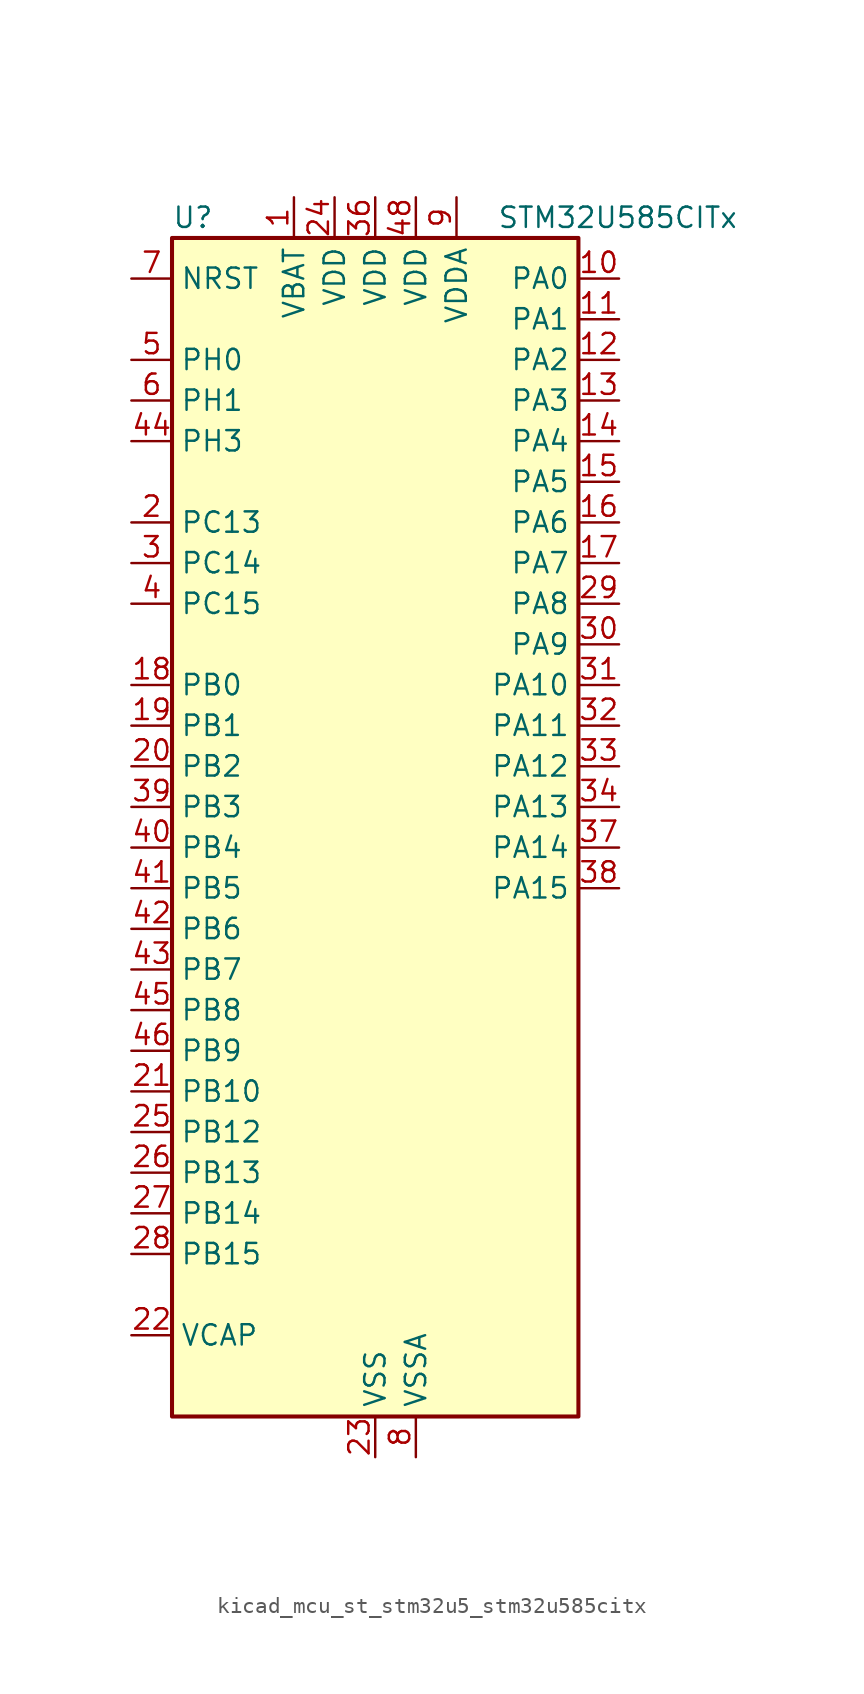
<source format=kicad_sym>
(kicad_symbol_lib
  (version 20220914)
  (generator kicad_symbol_editor)
  (symbol "kicad_mcu_st_stm32u5_stm32u585citx"
    (property "Reference" "U"
      (at -12.7 39.37 0)
      (effects (font (size 1.27 1.27)) (justify left)))
    (property "Value" "STM32U585CITx"
      (at 7.62 39.37 0)
      (effects (font (size 1.27 1.27)) (justify left)))
    (property "ki_locked" ""
      (at 0 0 0)
      (effects (font (size 1.27 1.27))))
    (symbol "kicad_mcu_st_stm32u5_stm32u585citx_0_1"
      (rectangle (start -12.7 -35.56) (end 12.7 38.1) (stroke (width 0.254) (type default)) (fill (type background))))
    (symbol "kicad_mcu_st_stm32u5_stm32u585citx_1_1"
      (pin power_in line (at -5.08 40.64 270) (length 2.54) (name "VBAT" (effects (font (size 1.27 1.27)))) (number "1" (effects (font (size 1.27 1.27)))))
      (pin bidirectional line (at 15.24 35.56 180) (length 2.54) (name "PA0" (effects (font (size 1.27 1.27)))) (number "10" (effects (font (size 1.27 1.27)))) (alternate "ADC1_IN5" bidirectional line) (alternate "AUDIOCLK" bidirectional line) (alternate "OCTOSPIM_P2_NCS" bidirectional line) (alternate "OPAMP1_VINP" bidirectional line) (alternate "PWR_WKUP1" bidirectional line) (alternate "SPI3_RDY" bidirectional line) (alternate "TAMP_IN2" bidirectional line) (alternate "TAMP_OUT1" bidirectional line) (alternate "TIM2_CH1" bidirectional line) (alternate "TIM2_ETR" bidirectional line) (alternate "TIM5_CH1" bidirectional line) (alternate "TIM8_ETR" bidirectional line) (alternate "UART4_TX" bidirectional line) (alternate "USART2_CTS" bidirectional line))
      (pin bidirectional line (at 15.24 33.02 180) (length 2.54) (name "PA1" (effects (font (size 1.27 1.27)))) (number "11" (effects (font (size 1.27 1.27)))) (alternate "ADC1_IN6" bidirectional line) (alternate "I2C1_SMBA" bidirectional line) (alternate "LPTIM1_CH2" bidirectional line) (alternate "OCTOSPIM_P1_DQS" bidirectional line) (alternate "OPAMP1_VINM" bidirectional line) (alternate "PWR_WKUP3" bidirectional line) (alternate "SPI1_SCK" bidirectional line) (alternate "TAMP_IN5" bidirectional line) (alternate "TAMP_OUT4" bidirectional line) (alternate "TIM15_CH1N" bidirectional line) (alternate "TIM2_CH2" bidirectional line) (alternate "TIM5_CH2" bidirectional line) (alternate "UART4_RX" bidirectional line) (alternate "USART2_DE" bidirectional line) (alternate "USART2_RTS" bidirectional line))
      (pin bidirectional line (at 15.24 30.48 180) (length 2.54) (name "PA2" (effects (font (size 1.27 1.27)))) (number "12" (effects (font (size 1.27 1.27)))) (alternate "ADC1_IN7" bidirectional line) (alternate "COMP1_INP" bidirectional line) (alternate "LPUART1_TX" bidirectional line) (alternate "OCTOSPIM_P1_NCS" bidirectional line) (alternate "PWR_WKUP4" bidirectional line) (alternate "RCC_LSCO" bidirectional line) (alternate "SPI1_RDY" bidirectional line) (alternate "TIM15_CH1" bidirectional line) (alternate "TIM2_CH3" bidirectional line) (alternate "TIM5_CH3" bidirectional line) (alternate "UCPD1_FRSTX1" bidirectional line) (alternate "USART2_TX" bidirectional line))
      (pin bidirectional line (at 15.24 27.94 180) (length 2.54) (name "PA3" (effects (font (size 1.27 1.27)))) (number "13" (effects (font (size 1.27 1.27)))) (alternate "ADC1_IN8" bidirectional line) (alternate "LPUART1_RX" bidirectional line) (alternate "OCTOSPIM_P1_CLK" bidirectional line) (alternate "OPAMP1_VOUT" bidirectional line) (alternate "PWR_WKUP5" bidirectional line) (alternate "SAI1_CK1" bidirectional line) (alternate "SAI1_MCLK_A" bidirectional line) (alternate "TIM15_CH2" bidirectional line) (alternate "TIM2_CH4" bidirectional line) (alternate "TIM5_CH4" bidirectional line) (alternate "USART2_RX" bidirectional line))
      (pin bidirectional line (at 15.24 25.4 180) (length 2.54) (name "PA4" (effects (font (size 1.27 1.27)))) (number "14" (effects (font (size 1.27 1.27)))) (alternate "ADC1_IN9" bidirectional line) (alternate "ADC4_IN9" bidirectional line) (alternate "DAC1_OUT1" bidirectional line) (alternate "LPTIM2_CH1" bidirectional line) (alternate "OCTOSPIM_P1_NCS" bidirectional line) (alternate "PWR_WKUP2" bidirectional line) (alternate "SAI1_FS_B" bidirectional line) (alternate "SPI1_NSS" bidirectional line) (alternate "SPI3_NSS" bidirectional line) (alternate "USART2_CK" bidirectional line))
      (pin bidirectional line (at 15.24 22.86 180) (length 2.54) (name "PA5" (effects (font (size 1.27 1.27)))) (number "15" (effects (font (size 1.27 1.27)))) (alternate "ADC1_IN10" bidirectional line) (alternate "ADC4_IN10" bidirectional line) (alternate "DAC1_OUT2" bidirectional line) (alternate "LPTIM2_ETR" bidirectional line) (alternate "PWR_CSLEEP" bidirectional line) (alternate "PWR_WKUP6" bidirectional line) (alternate "SPI1_SCK" bidirectional line) (alternate "TIM2_CH1" bidirectional line) (alternate "TIM2_ETR" bidirectional line) (alternate "TIM8_CH1N" bidirectional line) (alternate "USART3_RX" bidirectional line))
      (pin bidirectional line (at 15.24 20.32 180) (length 2.54) (name "PA6" (effects (font (size 1.27 1.27)))) (number "16" (effects (font (size 1.27 1.27)))) (alternate "ADC1_IN11" bidirectional line) (alternate "ADC4_IN11" bidirectional line) (alternate "LPUART1_CTS" bidirectional line) (alternate "OCTOSPIM_P1_IO3" bidirectional line) (alternate "OPAMP2_VINP" bidirectional line) (alternate "PWR_CDSTOP" bidirectional line) (alternate "PWR_WKUP7" bidirectional line) (alternate "SPI1_MISO" bidirectional line) (alternate "TIM16_CH1" bidirectional line) (alternate "TIM1_BKIN" bidirectional line) (alternate "TIM3_CH1" bidirectional line) (alternate "TIM8_BKIN" bidirectional line) (alternate "USART3_CTS" bidirectional line))
      (pin bidirectional line (at 15.24 17.78 180) (length 2.54) (name "PA7" (effects (font (size 1.27 1.27)))) (number "17" (effects (font (size 1.27 1.27)))) (alternate "ADC1_IN12" bidirectional line) (alternate "ADC4_IN20" bidirectional line) (alternate "I2C3_SCL" bidirectional line) (alternate "LPTIM2_CH2" bidirectional line) (alternate "OCTOSPIM_P1_IO2" bidirectional line) (alternate "OPAMP2_VINM" bidirectional line) (alternate "PWR_SRDSTOP" bidirectional line) (alternate "PWR_WKUP8" bidirectional line) (alternate "SPI1_MOSI" bidirectional line) (alternate "TIM17_CH1" bidirectional line) (alternate "TIM1_CH1N" bidirectional line) (alternate "TIM3_CH2" bidirectional line) (alternate "TIM8_CH1N" bidirectional line) (alternate "USART3_TX" bidirectional line))
      (pin bidirectional line (at -15.24 10.16 0) (length 2.54) (name "PB0" (effects (font (size 1.27 1.27)))) (number "18" (effects (font (size 1.27 1.27)))) (alternate "ADC1_IN15" bidirectional line) (alternate "ADC4_IN18" bidirectional line) (alternate "AUDIOCLK" bidirectional line) (alternate "COMP1_OUT" bidirectional line) (alternate "LPTIM3_CH1" bidirectional line) (alternate "OCTOSPIM_P1_IO1" bidirectional line) (alternate "OPAMP2_VOUT" bidirectional line) (alternate "SPI1_NSS" bidirectional line) (alternate "TIM1_CH2N" bidirectional line) (alternate "TIM3_CH3" bidirectional line) (alternate "TIM8_CH2N" bidirectional line) (alternate "USART3_CK" bidirectional line))
      (pin bidirectional line (at -15.24 7.62 0) (length 2.54) (name "PB1" (effects (font (size 1.27 1.27)))) (number "19" (effects (font (size 1.27 1.27)))) (alternate "ADC1_IN16" bidirectional line) (alternate "ADC4_IN19" bidirectional line) (alternate "COMP1_INM" bidirectional line) (alternate "LPTIM2_IN1" bidirectional line) (alternate "LPTIM3_CH2" bidirectional line) (alternate "LPUART1_DE" bidirectional line) (alternate "LPUART1_RTS" bidirectional line) (alternate "MDF1_SDI0" bidirectional line) (alternate "OCTOSPIM_P1_IO0" bidirectional line) (alternate "PWR_WKUP4" bidirectional line) (alternate "TIM1_CH3N" bidirectional line) (alternate "TIM3_CH4" bidirectional line) (alternate "TIM8_CH3N" bidirectional line) (alternate "USART3_DE" bidirectional line) (alternate "USART3_RTS" bidirectional line))
      (pin bidirectional line (at -15.24 20.32 0) (length 2.54) (name "PC13" (effects (font (size 1.27 1.27)))) (number "2" (effects (font (size 1.27 1.27)))) (alternate "PWR_WKUP2" bidirectional line) (alternate "RTC_OUT1" bidirectional line) (alternate "RTC_TS" bidirectional line) (alternate "TAMP_IN1" bidirectional line) (alternate "TAMP_OUT2" bidirectional line))
      (pin bidirectional line (at -15.24 5.08 0) (length 2.54) (name "PB2" (effects (font (size 1.27 1.27)))) (number "20" (effects (font (size 1.27 1.27)))) (alternate "ADC1_IN17" bidirectional line) (alternate "COMP1_INP" bidirectional line) (alternate "I2C3_SMBA" bidirectional line) (alternate "LPTIM1_CH1" bidirectional line) (alternate "MDF1_CKI0" bidirectional line) (alternate "OCTOSPIM_P1_DQS" bidirectional line) (alternate "PWR_WKUP1" bidirectional line) (alternate "RTC_OUT2" bidirectional line) (alternate "SPI1_RDY" bidirectional line) (alternate "TIM8_CH4N" bidirectional line) (alternate "UCPD1_FRSTX1" bidirectional line))
      (pin bidirectional line (at -15.24 -15.24 0) (length 2.54) (name "PB10" (effects (font (size 1.27 1.27)))) (number "21" (effects (font (size 1.27 1.27)))) (alternate "COMP1_OUT" bidirectional line) (alternate "I2C2_SCL" bidirectional line) (alternate "I2C4_SCL" bidirectional line) (alternate "LPTIM3_CH1" bidirectional line) (alternate "LPUART1_RX" bidirectional line) (alternate "OCTOSPIM_P1_CLK" bidirectional line) (alternate "PWR_WKUP8" bidirectional line) (alternate "SAI1_SCK_A" bidirectional line) (alternate "SPI2_SCK" bidirectional line) (alternate "TIM2_CH3" bidirectional line) (alternate "TSC_SYNC" bidirectional line) (alternate "USART3_TX" bidirectional line))
      (pin power_out line (at -15.24 -30.48 0) (length 2.54) (name "VCAP" (effects (font (size 1.27 1.27)))) (number "22" (effects (font (size 1.27 1.27)))))
      (pin power_in line (at 0 -38.1 90) (length 2.54) (name "VSS" (effects (font (size 1.27 1.27)))) (number "23" (effects (font (size 1.27 1.27)))))
      (pin power_in line (at -2.54 40.64 270) (length 2.54) (name "VDD" (effects (font (size 1.27 1.27)))) (number "24" (effects (font (size 1.27 1.27)))))
      (pin bidirectional line (at -15.24 -17.78 0) (length 2.54) (name "PB12" (effects (font (size 1.27 1.27)))) (number "25" (effects (font (size 1.27 1.27)))) (alternate "I2C2_SMBA" bidirectional line) (alternate "LPUART1_DE" bidirectional line) (alternate "LPUART1_RTS" bidirectional line) (alternate "MDF1_SDI1" bidirectional line) (alternate "OCTOSPIM_P1_NCLK" bidirectional line) (alternate "SPI2_NSS" bidirectional line) (alternate "TIM15_BKIN" bidirectional line) (alternate "TIM1_BKIN" bidirectional line) (alternate "TSC_G1_IO1" bidirectional line) (alternate "USART3_CK" bidirectional line))
      (pin bidirectional line (at -15.24 -20.32 0) (length 2.54) (name "PB13" (effects (font (size 1.27 1.27)))) (number "26" (effects (font (size 1.27 1.27)))) (alternate "I2C2_SCL" bidirectional line) (alternate "LPTIM3_IN1" bidirectional line) (alternate "LPUART1_CTS" bidirectional line) (alternate "MDF1_CKI1" bidirectional line) (alternate "SPI2_SCK" bidirectional line) (alternate "TIM15_CH1N" bidirectional line) (alternate "TIM1_CH1N" bidirectional line) (alternate "TSC_G1_IO2" bidirectional line) (alternate "USART3_CTS" bidirectional line))
      (pin bidirectional line (at -15.24 -22.86 0) (length 2.54) (name "PB14" (effects (font (size 1.27 1.27)))) (number "27" (effects (font (size 1.27 1.27)))) (alternate "I2C2_SDA" bidirectional line) (alternate "LPTIM3_ETR" bidirectional line) (alternate "MDF1_SDI2" bidirectional line) (alternate "SPI2_MISO" bidirectional line) (alternate "TIM15_CH1" bidirectional line) (alternate "TIM1_CH2N" bidirectional line) (alternate "TIM8_CH2N" bidirectional line) (alternate "TSC_G1_IO3" bidirectional line) (alternate "UCPD1_DBCC2" bidirectional line) (alternate "USART3_DE" bidirectional line) (alternate "USART3_RTS" bidirectional line))
      (pin bidirectional line (at -15.24 -25.4 0) (length 2.54) (name "PB15" (effects (font (size 1.27 1.27)))) (number "28" (effects (font (size 1.27 1.27)))) (alternate "ADC1_EXTI15" bidirectional line) (alternate "ADC4_EXTI15" bidirectional line) (alternate "LPTIM2_IN2" bidirectional line) (alternate "MDF1_CKI2" bidirectional line) (alternate "PWR_WKUP7" bidirectional line) (alternate "RTC_REFIN" bidirectional line) (alternate "SPI2_MOSI" bidirectional line) (alternate "TIM15_CH2" bidirectional line) (alternate "TIM1_CH3N" bidirectional line) (alternate "TIM8_CH3N" bidirectional line) (alternate "UCPD1_CC2" bidirectional line))
      (pin bidirectional line (at 15.24 15.24 180) (length 2.54) (name "PA8" (effects (font (size 1.27 1.27)))) (number "29" (effects (font (size 1.27 1.27)))) (alternate "DEBUG_TRACECLK" bidirectional line) (alternate "LPTIM2_CH1" bidirectional line) (alternate "RCC_MCO" bidirectional line) (alternate "SAI1_CK2" bidirectional line) (alternate "SAI1_SCK_A" bidirectional line) (alternate "SPI1_RDY" bidirectional line) (alternate "TIM1_CH1" bidirectional line) (alternate "USART1_CK" bidirectional line) (alternate "USB_OTG_FS_SOF" bidirectional line))
      (pin bidirectional line (at -15.24 17.78 0) (length 2.54) (name "PC14" (effects (font (size 1.27 1.27)))) (number "3" (effects (font (size 1.27 1.27)))) (alternate "RCC_OSC32_IN" bidirectional line))
      (pin bidirectional line (at 15.24 12.7 180) (length 2.54) (name "PA9" (effects (font (size 1.27 1.27)))) (number "30" (effects (font (size 1.27 1.27)))) (alternate "DAC1_EXTI9" bidirectional line) (alternate "SAI1_FS_A" bidirectional line) (alternate "SPI2_SCK" bidirectional line) (alternate "TIM15_BKIN" bidirectional line) (alternate "TIM1_CH2" bidirectional line) (alternate "USART1_TX" bidirectional line) (alternate "USB_OTG_FS_VBUS" bidirectional line))
      (pin bidirectional line (at 15.24 10.16 180) (length 2.54) (name "PA10" (effects (font (size 1.27 1.27)))) (number "31" (effects (font (size 1.27 1.27)))) (alternate "CRS_SYNC" bidirectional line) (alternate "LPTIM2_IN2" bidirectional line) (alternate "SAI1_D1" bidirectional line) (alternate "SAI1_SD_A" bidirectional line) (alternate "TIM17_BKIN" bidirectional line) (alternate "TIM1_CH3" bidirectional line) (alternate "USART1_RX" bidirectional line) (alternate "USB_OTG_FS_ID" bidirectional line))
      (pin bidirectional line (at 15.24 7.62 180) (length 2.54) (name "PA11" (effects (font (size 1.27 1.27)))) (number "32" (effects (font (size 1.27 1.27)))) (alternate "ADC1_EXTI11" bidirectional line) (alternate "FDCAN1_RX" bidirectional line) (alternate "SPI1_MISO" bidirectional line) (alternate "TIM1_BKIN2" bidirectional line) (alternate "TIM1_CH4" bidirectional line) (alternate "USART1_CTS" bidirectional line) (alternate "USB_OTG_FS_DM" bidirectional line))
      (pin bidirectional line (at 15.24 5.08 180) (length 2.54) (name "PA12" (effects (font (size 1.27 1.27)))) (number "33" (effects (font (size 1.27 1.27)))) (alternate "FDCAN1_TX" bidirectional line) (alternate "OCTOSPIM_P2_NCS" bidirectional line) (alternate "SPI1_MOSI" bidirectional line) (alternate "TIM1_ETR" bidirectional line) (alternate "USART1_DE" bidirectional line) (alternate "USART1_RTS" bidirectional line) (alternate "USB_OTG_FS_DP" bidirectional line))
      (pin bidirectional line (at 15.24 2.54 180) (length 2.54) (name "PA13" (effects (font (size 1.27 1.27)))) (number "34" (effects (font (size 1.27 1.27)))) (alternate "DEBUG_JTMS-SWDIO" bidirectional line) (alternate "IR_OUT" bidirectional line) (alternate "SAI1_SD_B" bidirectional line) (alternate "USB_OTG_FS_NOE" bidirectional line))
      (pin passive line (at 0 -38.1 90) (length 2.54) hide (name "VSS" (effects (font (size 1.27 1.27)))) (number "35" (effects (font (size 1.27 1.27)))))
      (pin power_in line (at 0 40.64 270) (length 2.54) (name "VDD" (effects (font (size 1.27 1.27)))) (number "36" (effects (font (size 1.27 1.27)))))
      (pin bidirectional line (at 15.24 0 180) (length 2.54) (name "PA14" (effects (font (size 1.27 1.27)))) (number "37" (effects (font (size 1.27 1.27)))) (alternate "DEBUG_JTCK-SWCLK" bidirectional line) (alternate "I2C1_SMBA" bidirectional line) (alternate "I2C4_SMBA" bidirectional line) (alternate "LPTIM1_CH1" bidirectional line) (alternate "SAI1_FS_B" bidirectional line) (alternate "USB_OTG_FS_SOF" bidirectional line))
      (pin bidirectional line (at 15.24 -2.54 180) (length 2.54) (name "PA15" (effects (font (size 1.27 1.27)))) (number "38" (effects (font (size 1.27 1.27)))) (alternate "ADC1_EXTI15" bidirectional line) (alternate "ADC4_EXTI15" bidirectional line) (alternate "DEBUG_JTDI" bidirectional line) (alternate "SPI1_NSS" bidirectional line) (alternate "SPI3_NSS" bidirectional line) (alternate "TIM2_CH1" bidirectional line) (alternate "TIM2_ETR" bidirectional line) (alternate "UART4_DE" bidirectional line) (alternate "UART4_RTS" bidirectional line) (alternate "UCPD1_CC1" bidirectional line) (alternate "USART2_RX" bidirectional line) (alternate "USART3_DE" bidirectional line) (alternate "USART3_RTS" bidirectional line))
      (pin bidirectional line (at -15.24 2.54 0) (length 2.54) (name "PB3" (effects (font (size 1.27 1.27)))) (number "39" (effects (font (size 1.27 1.27)))) (alternate "ADF1_CCK0" bidirectional line) (alternate "COMP2_INM" bidirectional line) (alternate "CRS_SYNC" bidirectional line) (alternate "DEBUG_JTDO-SWO" bidirectional line) (alternate "I2C1_SDA" bidirectional line) (alternate "LPTIM1_CH1" bidirectional line) (alternate "SAI1_SCK_B" bidirectional line) (alternate "SPI1_SCK" bidirectional line) (alternate "SPI3_SCK" bidirectional line) (alternate "TIM2_CH2" bidirectional line) (alternate "USART1_DE" bidirectional line) (alternate "USART1_RTS" bidirectional line))
      (pin bidirectional line (at -15.24 15.24 0) (length 2.54) (name "PC15" (effects (font (size 1.27 1.27)))) (number "4" (effects (font (size 1.27 1.27)))) (alternate "ADC1_EXTI15" bidirectional line) (alternate "ADC4_EXTI15" bidirectional line) (alternate "RCC_OSC32_OUT" bidirectional line))
      (pin bidirectional line (at -15.24 0 0) (length 2.54) (name "PB4" (effects (font (size 1.27 1.27)))) (number "40" (effects (font (size 1.27 1.27)))) (alternate "ADF1_SDI0" bidirectional line) (alternate "COMP2_INP" bidirectional line) (alternate "DEBUG_JTRST" bidirectional line) (alternate "I2C3_SDA" bidirectional line) (alternate "LPTIM1_CH2" bidirectional line) (alternate "SAI1_MCLK_B" bidirectional line) (alternate "SPI1_MISO" bidirectional line) (alternate "SPI3_MISO" bidirectional line) (alternate "TIM17_BKIN" bidirectional line) (alternate "TIM3_CH1" bidirectional line) (alternate "TSC_G2_IO1" bidirectional line) (alternate "USART1_CTS" bidirectional line))
      (pin bidirectional line (at -15.24 -2.54 0) (length 2.54) (name "PB5" (effects (font (size 1.27 1.27)))) (number "41" (effects (font (size 1.27 1.27)))) (alternate "COMP2_OUT" bidirectional line) (alternate "I2C1_SMBA" bidirectional line) (alternate "LPTIM1_IN1" bidirectional line) (alternate "OCTOSPIM_P1_NCLK" bidirectional line) (alternate "PWR_WKUP6" bidirectional line) (alternate "SAI1_SD_B" bidirectional line) (alternate "SPI1_MOSI" bidirectional line) (alternate "SPI3_MOSI" bidirectional line) (alternate "TIM16_BKIN" bidirectional line) (alternate "TIM3_CH2" bidirectional line) (alternate "TSC_G2_IO2" bidirectional line) (alternate "UCPD1_DBCC1" bidirectional line) (alternate "USART1_CK" bidirectional line))
      (pin bidirectional line (at -15.24 -5.08 0) (length 2.54) (name "PB6" (effects (font (size 1.27 1.27)))) (number "42" (effects (font (size 1.27 1.27)))) (alternate "COMP2_INP" bidirectional line) (alternate "I2C1_SCL" bidirectional line) (alternate "I2C4_SCL" bidirectional line) (alternate "LPTIM1_ETR" bidirectional line) (alternate "MDF1_SDI5" bidirectional line) (alternate "PWR_WKUP3" bidirectional line) (alternate "SAI1_FS_B" bidirectional line) (alternate "TIM16_CH1N" bidirectional line) (alternate "TIM4_CH1" bidirectional line) (alternate "TIM8_BKIN2" bidirectional line) (alternate "TSC_G2_IO3" bidirectional line) (alternate "USART1_TX" bidirectional line))
      (pin bidirectional line (at -15.24 -7.62 0) (length 2.54) (name "PB7" (effects (font (size 1.27 1.27)))) (number "43" (effects (font (size 1.27 1.27)))) (alternate "COMP2_INM" bidirectional line) (alternate "I2C1_SDA" bidirectional line) (alternate "I2C4_SDA" bidirectional line) (alternate "LPTIM1_IN2" bidirectional line) (alternate "MDF1_CKI5" bidirectional line) (alternate "PWR_PVD_IN" bidirectional line) (alternate "PWR_WKUP4" bidirectional line) (alternate "TIM17_CH1N" bidirectional line) (alternate "TIM4_CH2" bidirectional line) (alternate "TIM8_BKIN" bidirectional line) (alternate "TSC_G2_IO4" bidirectional line) (alternate "UART4_CTS" bidirectional line) (alternate "USART1_RX" bidirectional line))
      (pin bidirectional line (at -15.24 25.4 0) (length 2.54) (name "PH3" (effects (font (size 1.27 1.27)))) (number "44" (effects (font (size 1.27 1.27)))))
      (pin bidirectional line (at -15.24 -10.16 0) (length 2.54) (name "PB8" (effects (font (size 1.27 1.27)))) (number "45" (effects (font (size 1.27 1.27)))) (alternate "FDCAN1_RX" bidirectional line) (alternate "I2C1_SCL" bidirectional line) (alternate "MDF1_CCK0" bidirectional line) (alternate "PWR_WKUP5" bidirectional line) (alternate "SAI1_CK1" bidirectional line) (alternate "SAI1_MCLK_A" bidirectional line) (alternate "SPI3_RDY" bidirectional line) (alternate "TIM16_CH1" bidirectional line) (alternate "TIM4_CH3" bidirectional line))
      (pin bidirectional line (at -15.24 -12.7 0) (length 2.54) (name "PB9" (effects (font (size 1.27 1.27)))) (number "46" (effects (font (size 1.27 1.27)))) (alternate "DAC1_EXTI9" bidirectional line) (alternate "FDCAN1_TX" bidirectional line) (alternate "I2C1_SDA" bidirectional line) (alternate "IR_OUT" bidirectional line) (alternate "SAI1_D2" bidirectional line) (alternate "SAI1_FS_A" bidirectional line) (alternate "SPI2_NSS" bidirectional line) (alternate "TIM17_CH1" bidirectional line) (alternate "TIM4_CH4" bidirectional line))
      (pin passive line (at 0 -38.1 90) (length 2.54) hide (name "VSS" (effects (font (size 1.27 1.27)))) (number "47" (effects (font (size 1.27 1.27)))))
      (pin power_in line (at 2.54 40.64 270) (length 2.54) (name "VDD" (effects (font (size 1.27 1.27)))) (number "48" (effects (font (size 1.27 1.27)))))
      (pin bidirectional line (at -15.24 30.48 0) (length 2.54) (name "PH0" (effects (font (size 1.27 1.27)))) (number "5" (effects (font (size 1.27 1.27)))) (alternate "RCC_OSC_IN" bidirectional line))
      (pin bidirectional line (at -15.24 27.94 0) (length 2.54) (name "PH1" (effects (font (size 1.27 1.27)))) (number "6" (effects (font (size 1.27 1.27)))) (alternate "RCC_OSC_OUT" bidirectional line))
      (pin input line (at -15.24 35.56 0) (length 2.54) (name "NRST" (effects (font (size 1.27 1.27)))) (number "7" (effects (font (size 1.27 1.27)))))
      (pin power_in line (at 2.54 -38.1 90) (length 2.54) (name "VSSA" (effects (font (size 1.27 1.27)))) (number "8" (effects (font (size 1.27 1.27)))))
      (pin power_in line (at 5.08 40.64 270) (length 2.54) (name "VDDA" (effects (font (size 1.27 1.27)))) (number "9" (effects (font (size 1.27 1.27))))))))
</source>
